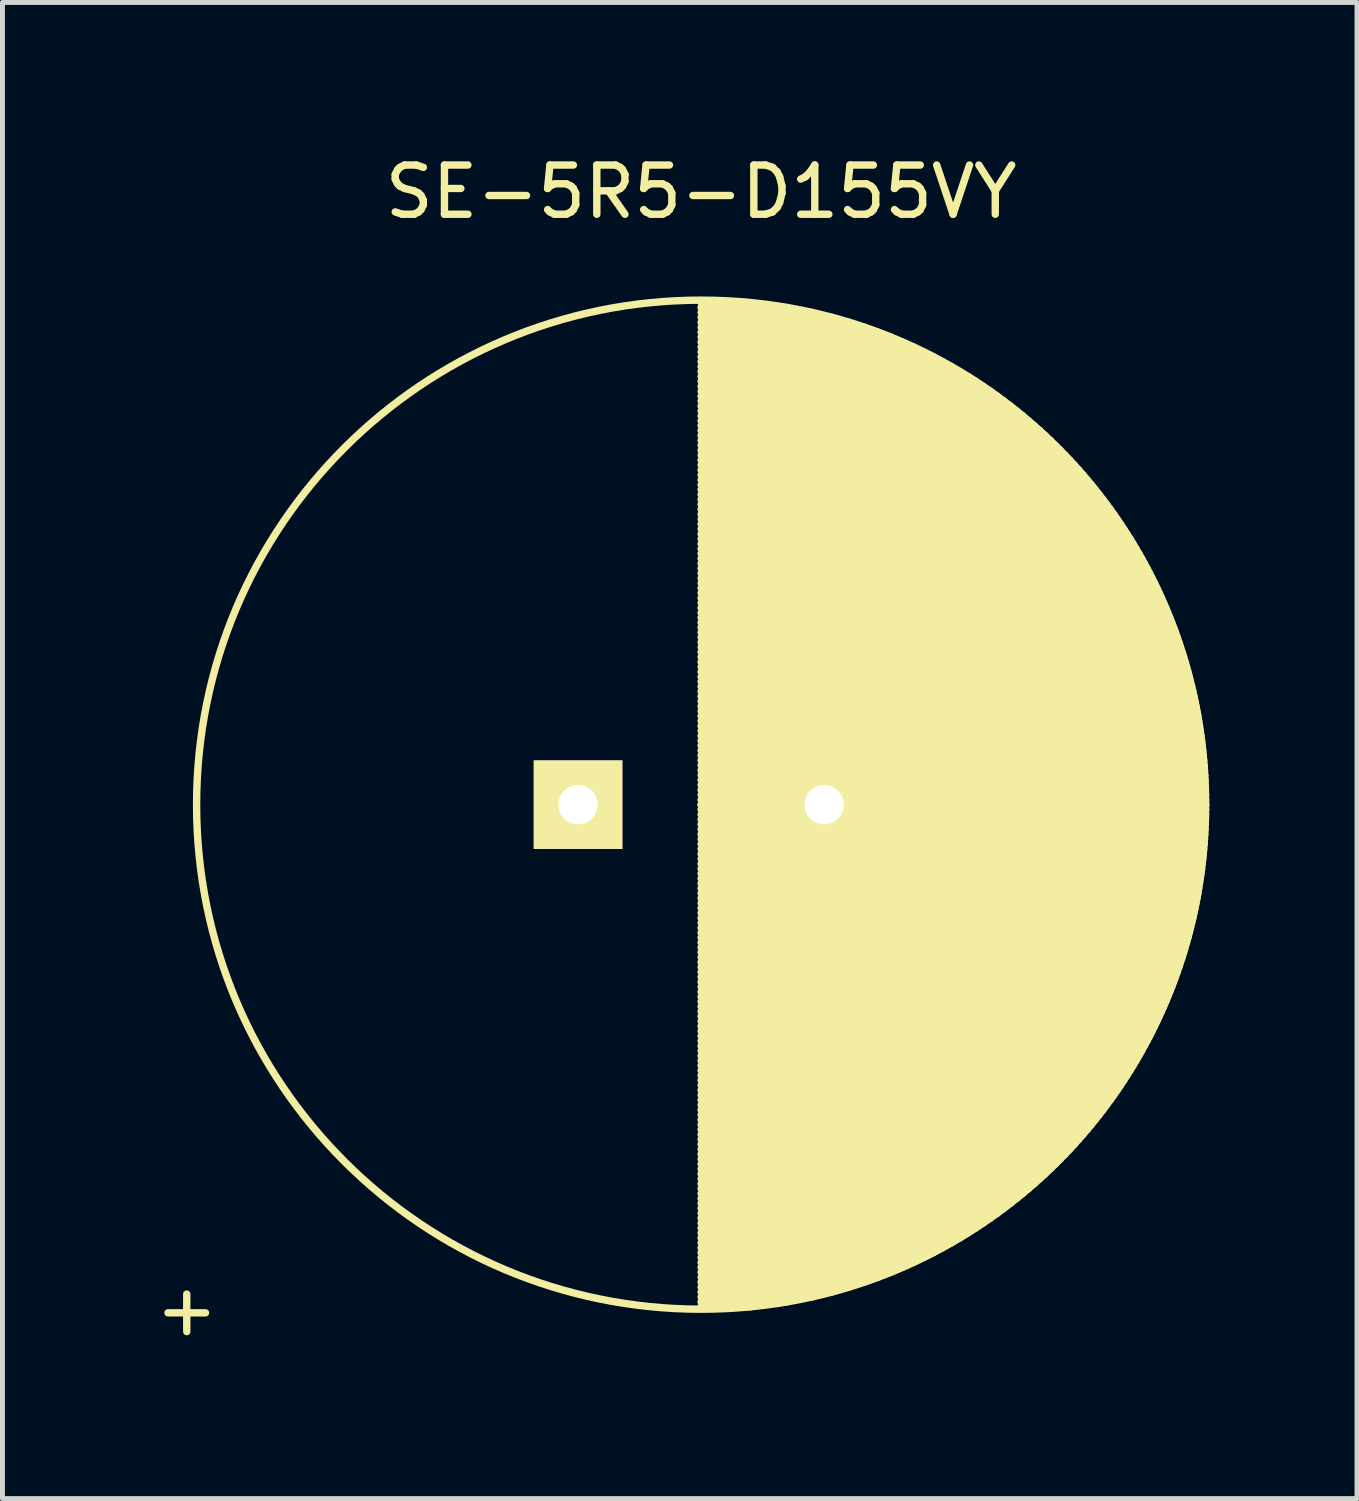
<source format=kicad_pcb>
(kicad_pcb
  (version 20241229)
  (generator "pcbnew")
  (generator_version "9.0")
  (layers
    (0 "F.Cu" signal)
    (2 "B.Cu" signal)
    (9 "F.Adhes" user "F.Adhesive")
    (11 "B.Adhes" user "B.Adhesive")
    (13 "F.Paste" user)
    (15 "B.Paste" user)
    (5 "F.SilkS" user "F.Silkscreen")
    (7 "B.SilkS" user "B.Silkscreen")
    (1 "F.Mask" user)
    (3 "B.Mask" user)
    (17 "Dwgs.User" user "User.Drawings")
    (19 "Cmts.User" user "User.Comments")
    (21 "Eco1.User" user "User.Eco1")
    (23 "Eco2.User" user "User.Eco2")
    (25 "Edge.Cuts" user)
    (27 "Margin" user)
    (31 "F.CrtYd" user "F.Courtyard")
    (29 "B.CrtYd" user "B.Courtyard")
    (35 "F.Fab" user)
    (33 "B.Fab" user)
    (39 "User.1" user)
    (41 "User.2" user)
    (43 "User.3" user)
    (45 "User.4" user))
  (footprint "SE-5R5-D155VY"
    (layer "F.Cu")
    (at 8.694 13.298)
    (property "Reference" "SE-5R5-D155VY" (at 2.5 -12.45 0) (layer "F.SilkS") (effects (font (size 1 1) (thickness 0.15))))
    (attr through_hole)
    (fp_line (start 2.5 -10.2) (end 3.511 -10.2) (stroke (width 0.15) (type solid)) (layer "F.SilkS"))
    (fp_line (start 2.5 -10.1) (end 4.247 -10.1) (stroke (width 0.15) (type solid)) (layer "F.SilkS"))
    (fp_line (start 2.5 -10) (end 4.75 -10) (stroke (width 0.15) (type solid)) (layer "F.SilkS"))
    (fp_line (start 2.5 -9.9) (end 5.156 -9.9) (stroke (width 0.15) (type solid)) (layer "F.SilkS"))
    (fp_line (start 2.5 -9.8) (end 5.504 -9.8) (stroke (width 0.15) (type solid)) (layer "F.SilkS"))
    (fp_line (start 2.5 -9.7) (end 5.812 -9.7) (stroke (width 0.15) (type solid)) (layer "F.SilkS"))
    (fp_line (start 2.5 -9.6) (end 6.092 -9.6) (stroke (width 0.15) (type solid)) (layer "F.SilkS"))
    (fp_line (start 2.5 -9.5) (end 6.349 -9.5) (stroke (width 0.15) (type solid)) (layer "F.SilkS"))
    (fp_line (start 2.5 -9.4) (end 6.587 -9.4) (stroke (width 0.15) (type solid)) (layer "F.SilkS"))
    (fp_line (start 2.5 -9.3) (end 6.81 -9.3) (stroke (width 0.15) (type solid)) (layer "F.SilkS"))
    (fp_line (start 2.5 -9.2) (end 7.019 -9.2) (stroke (width 0.15) (type solid)) (layer "F.SilkS"))
    (fp_line (start 2.5 -9.1) (end 7.217 -9.1) (stroke (width 0.15) (type solid)) (layer "F.SilkS"))
    (fp_line (start 2.5 -9) (end 7.405 -9) (stroke (width 0.15) (type solid)) (layer "F.SilkS"))
    (fp_line (start 2.5 -8.9) (end 7.585 -8.9) (stroke (width 0.15) (type solid)) (layer "F.SilkS"))
    (fp_line (start 2.5 -8.8) (end 7.756 -8.8) (stroke (width 0.15) (type solid)) (layer "F.SilkS"))
    (fp_line (start 2.5 -8.7) (end 7.92 -8.7) (stroke (width 0.15) (type solid)) (layer "F.SilkS"))
    (fp_line (start 2.5 -8.6) (end 8.077 -8.6) (stroke (width 0.15) (type solid)) (layer "F.SilkS"))
    (fp_line (start 2.5 -8.5) (end 8.228 -8.5) (stroke (width 0.15) (type solid)) (layer "F.SilkS"))
    (fp_line (start 2.5 -8.4) (end 8.374 -8.4) (stroke (width 0.15) (type solid)) (layer "F.SilkS"))
    (fp_line (start 2.5 -8.3) (end 8.514 -8.3) (stroke (width 0.15) (type solid)) (layer "F.SilkS"))
    (fp_line (start 2.5 -8.2) (end 8.65 -8.2) (stroke (width 0.15) (type solid)) (layer "F.SilkS"))
    (fp_line (start 2.5 -8.1) (end 8.781 -8.1) (stroke (width 0.15) (type solid)) (layer "F.SilkS"))
    (fp_line (start 2.5 -8) (end 8.908 -8) (stroke (width 0.15) (type solid)) (layer "F.SilkS"))
    (fp_line (start 2.5 -7.9) (end 9.031 -7.9) (stroke (width 0.15) (type solid)) (layer "F.SilkS"))
    (fp_line (start 2.5 -7.8) (end 9.15 -7.8) (stroke (width 0.15) (type solid)) (layer "F.SilkS"))
    (fp_line (start 2.5 -7.7) (end 9.266 -7.7) (stroke (width 0.15) (type solid)) (layer "F.SilkS"))
    (fp_line (start 2.5 -7.6) (end 9.378 -7.6) (stroke (width 0.15) (type solid)) (layer "F.SilkS"))
    (fp_line (start 2.5 -7.5) (end 9.487 -7.5) (stroke (width 0.15) (type solid)) (layer "F.SilkS"))
    (fp_line (start 2.5 -7.4) (end 9.592 -7.4) (stroke (width 0.15) (type solid)) (layer "F.SilkS"))
    (fp_line (start 2.5 -7.3) (end 9.695 -7.3) (stroke (width 0.15) (type solid)) (layer "F.SilkS"))
    (fp_line (start 2.5 -7.2) (end 9.795 -7.2) (stroke (width 0.15) (type solid)) (layer "F.SilkS"))
    (fp_line (start 2.5 -7.1) (end 9.893 -7.1) (stroke (width 0.15) (type solid)) (layer "F.SilkS"))
    (fp_line (start 2.5 -7) (end 9.987 -7) (stroke (width 0.15) (type solid)) (layer "F.SilkS"))
    (fp_line (start 2.5 -6.9) (end 10.08 -6.9) (stroke (width 0.15) (type solid)) (layer "F.SilkS"))
    (fp_line (start 2.5 -6.8) (end 10.17 -6.8) (stroke (width 0.15) (type solid)) (layer "F.SilkS"))
    (fp_line (start 2.5 -6.7) (end 10.257 -6.7) (stroke (width 0.15) (type solid)) (layer "F.SilkS"))
    (fp_line (start 2.5 -6.6) (end 10.342 -6.6) (stroke (width 0.15) (type solid)) (layer "F.SilkS"))
    (fp_line (start 2.5 -6.5) (end 10.425 -6.5) (stroke (width 0.15) (type solid)) (layer "F.SilkS"))
    (fp_line (start 2.5 -6.4) (end 10.506 -6.4) (stroke (width 0.15) (type solid)) (layer "F.SilkS"))
    (fp_line (start 2.5 -6.3) (end 10.585 -6.3) (stroke (width 0.15) (type solid)) (layer "F.SilkS"))
    (fp_line (start 2.5 -6.2) (end 10.662 -6.2) (stroke (width 0.15) (type solid)) (layer "F.SilkS"))
    (fp_line (start 2.5 -6.1) (end 10.737 -6.1) (stroke (width 0.15) (type solid)) (layer "F.SilkS"))
    (fp_line (start 2.5 -6) (end 10.81 -6) (stroke (width 0.15) (type solid)) (layer "F.SilkS"))
    (fp_line (start 2.5 -5.9) (end 10.882 -5.9) (stroke (width 0.15) (type solid)) (layer "F.SilkS"))
    (fp_line (start 2.5 -5.8) (end 10.951 -5.8) (stroke (width 0.15) (type solid)) (layer "F.SilkS"))
    (fp_line (start 2.5 -5.7) (end 11.019 -5.7) (stroke (width 0.15) (type solid)) (layer "F.SilkS"))
    (fp_line (start 2.5 -5.6) (end 11.085 -5.6) (stroke (width 0.15) (type solid)) (layer "F.SilkS"))
    (fp_line (start 2.5 -5.5) (end 11.149 -5.5) (stroke (width 0.15) (type solid)) (layer "F.SilkS"))
    (fp_line (start 2.5 -5.4) (end 11.212 -5.4) (stroke (width 0.15) (type solid)) (layer "F.SilkS"))
    (fp_line (start 2.5 -5.3) (end 11.273 -5.3) (stroke (width 0.15) (type solid)) (layer "F.SilkS"))
    (fp_line (start 2.5 -5.2) (end 11.333 -5.2) (stroke (width 0.15) (type solid)) (layer "F.SilkS"))
    (fp_line (start 2.5 -5.1) (end 11.391 -5.1) (stroke (width 0.15) (type solid)) (layer "F.SilkS"))
    (fp_line (start 2.5 -5) (end 11.448 -5) (stroke (width 0.15) (type solid)) (layer "F.SilkS"))
    (fp_line (start 2.5 -4.9) (end 11.503 -4.9) (stroke (width 0.15) (type solid)) (layer "F.SilkS"))
    (fp_line (start 2.5 -4.8) (end 11.557 -4.8) (stroke (width 0.15) (type solid)) (layer "F.SilkS"))
    (fp_line (start 2.5 -4.7) (end 11.609 -4.7) (stroke (width 0.15) (type solid)) (layer "F.SilkS"))
    (fp_line (start 2.5 -4.6) (end 11.66 -4.6) (stroke (width 0.15) (type solid)) (layer "F.SilkS"))
    (fp_line (start 2.5 -4.5) (end 11.709 -4.5) (stroke (width 0.15) (type solid)) (layer "F.SilkS"))
    (fp_line (start 2.5 -4.4) (end 11.758 -4.4) (stroke (width 0.15) (type solid)) (layer "F.SilkS"))
    (fp_line (start 2.5 -4.3) (end 11.804 -4.3) (stroke (width 0.15) (type solid)) (layer "F.SilkS"))
    (fp_line (start 2.5 -4.2) (end 11.85 -4.2) (stroke (width 0.15) (type solid)) (layer "F.SilkS"))
    (fp_line (start 2.5 -4.1) (end 11.894 -4.1) (stroke (width 0.15) (type solid)) (layer "F.SilkS"))
    (fp_line (start 2.5 -4) (end 11.937 -4) (stroke (width 0.15) (type solid)) (layer "F.SilkS"))
    (fp_line (start 2.5 -3.9) (end 11.979 -3.9) (stroke (width 0.15) (type solid)) (layer "F.SilkS"))
    (fp_line (start 2.5 -3.8) (end 12.02 -3.8) (stroke (width 0.15) (type solid)) (layer "F.SilkS"))
    (fp_line (start 2.5 -3.7) (end 12.059 -3.7) (stroke (width 0.15) (type solid)) (layer "F.SilkS"))
    (fp_line (start 2.5 -3.6) (end 12.097 -3.6) (stroke (width 0.15) (type solid)) (layer "F.SilkS"))
    (fp_line (start 2.5 -3.5) (end 12.134 -3.5) (stroke (width 0.15) (type solid)) (layer "F.SilkS"))
    (fp_line (start 2.5 -3.4) (end 12.17 -3.4) (stroke (width 0.15) (type solid)) (layer "F.SilkS"))
    (fp_line (start 2.5 -3.3) (end 12.204 -3.3) (stroke (width 0.15) (type solid)) (layer "F.SilkS"))
    (fp_line (start 2.5 -3.2) (end 12.238 -3.2) (stroke (width 0.15) (type solid)) (layer "F.SilkS"))
    (fp_line (start 2.5 -3.1) (end 12.27 -3.1) (stroke (width 0.15) (type solid)) (layer "F.SilkS"))
    (fp_line (start 2.5 -3) (end 12.301 -3) (stroke (width 0.15) (type solid)) (layer "F.SilkS"))
    (fp_line (start 2.5 -2.9) (end 12.331 -2.9) (stroke (width 0.15) (type solid)) (layer "F.SilkS"))
    (fp_line (start 2.5 -2.8) (end 12.36 -2.8) (stroke (width 0.15) (type solid)) (layer "F.SilkS"))
    (fp_line (start 2.5 -2.7) (end 12.388 -2.7) (stroke (width 0.15) (type solid)) (layer "F.SilkS"))
    (fp_line (start 2.5 -2.6) (end 12.415 -2.6) (stroke (width 0.15) (type solid)) (layer "F.SilkS"))
    (fp_line (start 2.5 -2.5) (end 12.44 -2.5) (stroke (width 0.15) (type solid)) (layer "F.SilkS"))
    (fp_line (start 2.5 -2.4) (end 12.465 -2.4) (stroke (width 0.15) (type solid)) (layer "F.SilkS"))
    (fp_line (start 2.5 -2.3) (end 12.489 -2.3) (stroke (width 0.15) (type solid)) (layer "F.SilkS"))
    (fp_line (start 2.5 -2.2) (end 12.511 -2.2) (stroke (width 0.15) (type solid)) (layer "F.SilkS"))
    (fp_line (start 2.5 -2.1) (end 12.533 -2.1) (stroke (width 0.15) (type solid)) (layer "F.SilkS"))
    (fp_line (start 2.5 -2) (end 12.553 -2) (stroke (width 0.15) (type solid)) (layer "F.SilkS"))
    (fp_line (start 2.5 -1.9) (end 12.572 -1.9) (stroke (width 0.15) (type solid)) (layer "F.SilkS"))
    (fp_line (start 2.5 -1.8) (end 12.591 -1.8) (stroke (width 0.15) (type solid)) (layer "F.SilkS"))
    (fp_line (start 2.5 -1.7) (end 12.608 -1.7) (stroke (width 0.15) (type solid)) (layer "F.SilkS"))
    (fp_line (start 2.5 -1.6) (end 12.624 -1.6) (stroke (width 0.15) (type solid)) (layer "F.SilkS"))
    (fp_line (start 2.5 -1.5) (end 12.64 -1.5) (stroke (width 0.15) (type solid)) (layer "F.SilkS"))
    (fp_line (start 2.5 -1.4) (end 12.654 -1.4) (stroke (width 0.15) (type solid)) (layer "F.SilkS"))
    (fp_line (start 2.5 -1.3) (end 12.667 -1.3) (stroke (width 0.15) (type solid)) (layer "F.SilkS"))
    (fp_line (start 2.5 -1.2) (end 12.68 -1.2) (stroke (width 0.15) (type solid)) (layer "F.SilkS"))
    (fp_line (start 2.5 -1.1) (end 12.691 -1.1) (stroke (width 0.15) (type solid)) (layer "F.SilkS"))
    (fp_line (start 2.5 -1) (end 12.701 -1) (stroke (width 0.15) (type solid)) (layer "F.SilkS"))
    (fp_line (start 2.5 -0.9) (end 12.71 -0.9) (stroke (width 0.15) (type solid)) (layer "F.SilkS"))
    (fp_line (start 2.5 -0.8) (end 12.719 -0.8) (stroke (width 0.15) (type solid)) (layer "F.SilkS"))
    (fp_line (start 2.5 -0.7) (end 12.726 -0.7) (stroke (width 0.15) (type solid)) (layer "F.SilkS"))
    (fp_line (start 2.5 -0.6) (end 12.732 -0.6) (stroke (width 0.15) (type solid)) (layer "F.SilkS"))
    (fp_line (start 2.5 -0.5) (end 12.738 -0.5) (stroke (width 0.15) (type solid)) (layer "F.SilkS"))
    (fp_line (start 2.5 -0.4) (end 12.742 -0.4) (stroke (width 0.15) (type solid)) (layer "F.SilkS"))
    (fp_line (start 2.5 -0.3) (end 12.746 -0.3) (stroke (width 0.15) (type solid)) (layer "F.SilkS"))
    (fp_line (start 2.5 -0.2) (end 12.748 -0.2) (stroke (width 0.15) (type solid)) (layer "F.SilkS"))
    (fp_line (start 2.5 -0.1) (end 12.75 -0.1) (stroke (width 0.15) (type solid)) (layer "F.SilkS"))
    (fp_line (start 2.5 0) (end 12.75 0) (stroke (width 0.15) (type solid)) (layer "F.SilkS"))
    (fp_line (start 2.5 0) (end 12.75 0) (stroke (width 0.15) (type solid)) (layer "F.SilkS"))
    (fp_line (start 2.5 0.1) (end 12.75 0.1) (stroke (width 0.15) (type solid)) (layer "F.SilkS"))
    (fp_line (start 2.5 0.2) (end 12.748 0.2) (stroke (width 0.15) (type solid)) (layer "F.SilkS"))
    (fp_line (start 2.5 0.3) (end 12.746 0.3) (stroke (width 0.15) (type solid)) (layer "F.SilkS"))
    (fp_line (start 2.5 0.4) (end 12.742 0.4) (stroke (width 0.15) (type solid)) (layer "F.SilkS"))
    (fp_line (start 2.5 0.5) (end 12.738 0.5) (stroke (width 0.15) (type solid)) (layer "F.SilkS"))
    (fp_line (start 2.5 0.6) (end 12.732 0.6) (stroke (width 0.15) (type solid)) (layer "F.SilkS"))
    (fp_line (start 2.5 0.7) (end 12.726 0.7) (stroke (width 0.15) (type solid)) (layer "F.SilkS"))
    (fp_line (start 2.5 0.8) (end 12.719 0.8) (stroke (width 0.15) (type solid)) (layer "F.SilkS"))
    (fp_line (start 2.5 0.9) (end 12.71 0.9) (stroke (width 0.15) (type solid)) (layer "F.SilkS"))
    (fp_line (start 2.5 1) (end 12.701 1) (stroke (width 0.15) (type solid)) (layer "F.SilkS"))
    (fp_line (start 2.5 1.1) (end 12.691 1.1) (stroke (width 0.15) (type solid)) (layer "F.SilkS"))
    (fp_line (start 2.5 1.2) (end 12.68 1.2) (stroke (width 0.15) (type solid)) (layer "F.SilkS"))
    (fp_line (start 2.5 1.3) (end 12.667 1.3) (stroke (width 0.15) (type solid)) (layer "F.SilkS"))
    (fp_line (start 2.5 1.4) (end 12.654 1.4) (stroke (width 0.15) (type solid)) (layer "F.SilkS"))
    (fp_line (start 2.5 1.5) (end 12.64 1.5) (stroke (width 0.15) (type solid)) (layer "F.SilkS"))
    (fp_line (start 2.5 1.6) (end 12.624 1.6) (stroke (width 0.15) (type solid)) (layer "F.SilkS"))
    (fp_line (start 2.5 1.7) (end 12.608 1.7) (stroke (width 0.15) (type solid)) (layer "F.SilkS"))
    (fp_line (start 2.5 1.8) (end 12.591 1.8) (stroke (width 0.15) (type solid)) (layer "F.SilkS"))
    (fp_line (start 2.5 1.9) (end 12.572 1.9) (stroke (width 0.15) (type solid)) (layer "F.SilkS"))
    (fp_line (start 2.5 2) (end 12.553 2) (stroke (width 0.15) (type solid)) (layer "F.SilkS"))
    (fp_line (start 2.5 2.1) (end 12.533 2.1) (stroke (width 0.15) (type solid)) (layer "F.SilkS"))
    (fp_line (start 2.5 2.2) (end 12.511 2.2) (stroke (width 0.15) (type solid)) (layer "F.SilkS"))
    (fp_line (start 2.5 2.3) (end 12.489 2.3) (stroke (width 0.15) (type solid)) (layer "F.SilkS"))
    (fp_line (start 2.5 2.4) (end 12.465 2.4) (stroke (width 0.15) (type solid)) (layer "F.SilkS"))
    (fp_line (start 2.5 2.5) (end 12.44 2.5) (stroke (width 0.15) (type solid)) (layer "F.SilkS"))
    (fp_line (start 2.5 2.6) (end 12.415 2.6) (stroke (width 0.15) (type solid)) (layer "F.SilkS"))
    (fp_line (start 2.5 2.7) (end 12.388 2.7) (stroke (width 0.15) (type solid)) (layer "F.SilkS"))
    (fp_line (start 2.5 2.8) (end 12.36 2.8) (stroke (width 0.15) (type solid)) (layer "F.SilkS"))
    (fp_line (start 2.5 2.9) (end 12.331 2.9) (stroke (width 0.15) (type solid)) (layer "F.SilkS"))
    (fp_line (start 2.5 3) (end 12.301 3) (stroke (width 0.15) (type solid)) (layer "F.SilkS"))
    (fp_line (start 2.5 3.1) (end 12.27 3.1) (stroke (width 0.15) (type solid)) (layer "F.SilkS"))
    (fp_line (start 2.5 3.2) (end 12.238 3.2) (stroke (width 0.15) (type solid)) (layer "F.SilkS"))
    (fp_line (start 2.5 3.3) (end 12.204 3.3) (stroke (width 0.15) (type solid)) (layer "F.SilkS"))
    (fp_line (start 2.5 3.4) (end 12.17 3.4) (stroke (width 0.15) (type solid)) (layer "F.SilkS"))
    (fp_line (start 2.5 3.5) (end 12.134 3.5) (stroke (width 0.15) (type solid)) (layer "F.SilkS"))
    (fp_line (start 2.5 3.6) (end 12.097 3.6) (stroke (width 0.15) (type solid)) (layer "F.SilkS"))
    (fp_line (start 2.5 3.7) (end 12.059 3.7) (stroke (width 0.15) (type solid)) (layer "F.SilkS"))
    (fp_line (start 2.5 3.8) (end 12.02 3.8) (stroke (width 0.15) (type solid)) (layer "F.SilkS"))
    (fp_line (start 2.5 3.9) (end 11.979 3.9) (stroke (width 0.15) (type solid)) (layer "F.SilkS"))
    (fp_line (start 2.5 4) (end 11.937 4) (stroke (width 0.15) (type solid)) (layer "F.SilkS"))
    (fp_line (start 2.5 4.1) (end 11.894 4.1) (stroke (width 0.15) (type solid)) (layer "F.SilkS"))
    (fp_line (start 2.5 4.2) (end 11.85 4.2) (stroke (width 0.15) (type solid)) (layer "F.SilkS"))
    (fp_line (start 2.5 4.3) (end 11.804 4.3) (stroke (width 0.15) (type solid)) (layer "F.SilkS"))
    (fp_line (start 2.5 4.4) (end 11.758 4.4) (stroke (width 0.15) (type solid)) (layer "F.SilkS"))
    (fp_line (start 2.5 4.5) (end 11.709 4.5) (stroke (width 0.15) (type solid)) (layer "F.SilkS"))
    (fp_line (start 2.5 4.6) (end 11.66 4.6) (stroke (width 0.15) (type solid)) (layer "F.SilkS"))
    (fp_line (start 2.5 4.7) (end 11.609 4.7) (stroke (width 0.15) (type solid)) (layer "F.SilkS"))
    (fp_line (start 2.5 4.8) (end 11.557 4.8) (stroke (width 0.15) (type solid)) (layer "F.SilkS"))
    (fp_line (start 2.5 4.9) (end 11.503 4.9) (stroke (width 0.15) (type solid)) (layer "F.SilkS"))
    (fp_line (start 2.5 5) (end 11.448 5) (stroke (width 0.15) (type solid)) (layer "F.SilkS"))
    (fp_line (start 2.5 5.1) (end 11.391 5.1) (stroke (width 0.15) (type solid)) (layer "F.SilkS"))
    (fp_line (start 2.5 5.2) (end 11.333 5.2) (stroke (width 0.15) (type solid)) (layer "F.SilkS"))
    (fp_line (start 2.5 5.3) (end 11.273 5.3) (stroke (width 0.15) (type solid)) (layer "F.SilkS"))
    (fp_line (start 2.5 5.4) (end 11.212 5.4) (stroke (width 0.15) (type solid)) (layer "F.SilkS"))
    (fp_line (start 2.5 5.5) (end 11.149 5.5) (stroke (width 0.15) (type solid)) (layer "F.SilkS"))
    (fp_line (start 2.5 5.6) (end 11.085 5.6) (stroke (width 0.15) (type solid)) (layer "F.SilkS"))
    (fp_line (start 2.5 5.7) (end 11.019 5.7) (stroke (width 0.15) (type solid)) (layer "F.SilkS"))
    (fp_line (start 2.5 5.8) (end 10.951 5.8) (stroke (width 0.15) (type solid)) (layer "F.SilkS"))
    (fp_line (start 2.5 5.9) (end 10.882 5.9) (stroke (width 0.15) (type solid)) (layer "F.SilkS"))
    (fp_line (start 2.5 6) (end 10.81 6) (stroke (width 0.15) (type solid)) (layer "F.SilkS"))
    (fp_line (start 2.5 6.1) (end 10.737 6.1) (stroke (width 0.15) (type solid)) (layer "F.SilkS"))
    (fp_line (start 2.5 6.2) (end 10.662 6.2) (stroke (width 0.15) (type solid)) (layer "F.SilkS"))
    (fp_line (start 2.5 6.3) (end 10.585 6.3) (stroke (width 0.15) (type solid)) (layer "F.SilkS"))
    (fp_line (start 2.5 6.4) (end 10.506 6.4) (stroke (width 0.15) (type solid)) (layer "F.SilkS"))
    (fp_line (start 2.5 6.5) (end 10.425 6.5) (stroke (width 0.15) (type solid)) (layer "F.SilkS"))
    (fp_line (start 2.5 6.6) (end 10.342 6.6) (stroke (width 0.15) (type solid)) (layer "F.SilkS"))
    (fp_line (start 2.5 6.7) (end 10.257 6.7) (stroke (width 0.15) (type solid)) (layer "F.SilkS"))
    (fp_line (start 2.5 6.8) (end 10.17 6.8) (stroke (width 0.15) (type solid)) (layer "F.SilkS"))
    (fp_line (start 2.5 6.9) (end 10.08 6.9) (stroke (width 0.15) (type solid)) (layer "F.SilkS"))
    (fp_line (start 2.5 7) (end 9.987 7) (stroke (width 0.15) (type solid)) (layer "F.SilkS"))
    (fp_line (start 2.5 7.1) (end 9.893 7.1) (stroke (width 0.15) (type solid)) (layer "F.SilkS"))
    (fp_line (start 2.5 7.2) (end 9.795 7.2) (stroke (width 0.15) (type solid)) (layer "F.SilkS"))
    (fp_line (start 2.5 7.3) (end 9.695 7.3) (stroke (width 0.15) (type solid)) (layer "F.SilkS"))
    (fp_line (start 2.5 7.4) (end 9.592 7.4) (stroke (width 0.15) (type solid)) (layer "F.SilkS"))
    (fp_line (start 2.5 7.5) (end 9.487 7.5) (stroke (width 0.15) (type solid)) (layer "F.SilkS"))
    (fp_line (start 2.5 7.6) (end 9.378 7.6) (stroke (width 0.15) (type solid)) (layer "F.SilkS"))
    (fp_line (start 2.5 7.7) (end 9.266 7.7) (stroke (width 0.15) (type solid)) (layer "F.SilkS"))
    (fp_line (start 2.5 7.8) (end 9.15 7.8) (stroke (width 0.15) (type solid)) (layer "F.SilkS"))
    (fp_line (start 2.5 7.9) (end 9.031 7.9) (stroke (width 0.15) (type solid)) (layer "F.SilkS"))
    (fp_line (start 2.5 8) (end 8.908 8) (stroke (width 0.15) (type solid)) (layer "F.SilkS"))
    (fp_line (start 2.5 8.1) (end 8.781 8.1) (stroke (width 0.15) (type solid)) (layer "F.SilkS"))
    (fp_line (start 2.5 8.2) (end 8.65 8.2) (stroke (width 0.15) (type solid)) (layer "F.SilkS"))
    (fp_line (start 2.5 8.3) (end 8.514 8.3) (stroke (width 0.15) (type solid)) (layer "F.SilkS"))
    (fp_line (start 2.5 8.4) (end 8.374 8.4) (stroke (width 0.15) (type solid)) (layer "F.SilkS"))
    (fp_line (start 2.5 8.5) (end 8.228 8.5) (stroke (width 0.15) (type solid)) (layer "F.SilkS"))
    (fp_line (start 2.5 8.6) (end 8.077 8.6) (stroke (width 0.15) (type solid)) (layer "F.SilkS"))
    (fp_line (start 2.5 8.7) (end 7.92 8.7) (stroke (width 0.15) (type solid)) (layer "F.SilkS"))
    (fp_line (start 2.5 8.8) (end 7.756 8.8) (stroke (width 0.15) (type solid)) (layer "F.SilkS"))
    (fp_line (start 2.5 8.9) (end 7.585 8.9) (stroke (width 0.15) (type solid)) (layer "F.SilkS"))
    (fp_line (start 2.5 9) (end 7.405 9) (stroke (width 0.15) (type solid)) (layer "F.SilkS"))
    (fp_line (start 2.5 9.1) (end 7.217 9.1) (stroke (width 0.15) (type solid)) (layer "F.SilkS"))
    (fp_line (start 2.5 9.2) (end 7.019 9.2) (stroke (width 0.15) (type solid)) (layer "F.SilkS"))
    (fp_line (start 2.5 9.3) (end 6.81 9.3) (stroke (width 0.15) (type solid)) (layer "F.SilkS"))
    (fp_line (start 2.5 9.4) (end 6.587 9.4) (stroke (width 0.15) (type solid)) (layer "F.SilkS"))
    (fp_line (start 2.5 9.5) (end 6.349 9.5) (stroke (width 0.15) (type solid)) (layer "F.SilkS"))
    (fp_line (start 2.5 9.6) (end 6.092 9.6) (stroke (width 0.15) (type solid)) (layer "F.SilkS"))
    (fp_line (start 2.5 9.7) (end 5.812 9.7) (stroke (width 0.15) (type solid)) (layer "F.SilkS"))
    (fp_line (start 2.5 9.8) (end 5.504 9.8) (stroke (width 0.15) (type solid)) (layer "F.SilkS"))
    (fp_line (start 2.5 9.9) (end 5.156 9.9) (stroke (width 0.15) (type solid)) (layer "F.SilkS"))
    (fp_line (start 2.5 10) (end 4.75 10) (stroke (width 0.15) (type solid)) (layer "F.SilkS"))
    (fp_line (start 2.5 10.1) (end 4.247 10.1) (stroke (width 0.15) (type solid)) (layer "F.SilkS"))
    (fp_line (start 2.5 10.2) (end 3.511 10.2) (stroke (width 0.15) (type solid)) (layer "F.SilkS"))
    (fp_circle (center 2.5 0) (end 2.5 -10.25) (stroke (width 0.15) (type solid)) (fill no) (layer "F.SilkS"))
    (fp_text user "+" (at -7.95 10.25 0) (layer "F.SilkS") (effects (font (size 1 1) (thickness 0.15))))
    (pad "1" thru_hole rect (at 0 0) (size 1.8 1.8) (drill 0.8) (layers "*.Cu" "*.Mask" "F.SilkS"))
    (pad "2" thru_hole circle (at 5 0) (size 1.8 1.8) (drill 0.8) (layers "*.Cu" "*.Mask" "F.SilkS")))
  (gr_rect
    (start -3 -3)
    (end 24.519 27.396)
    (stroke (width 0.1) (type default))
    (fill no)
    (layer "Edge.Cuts")))
</source>
